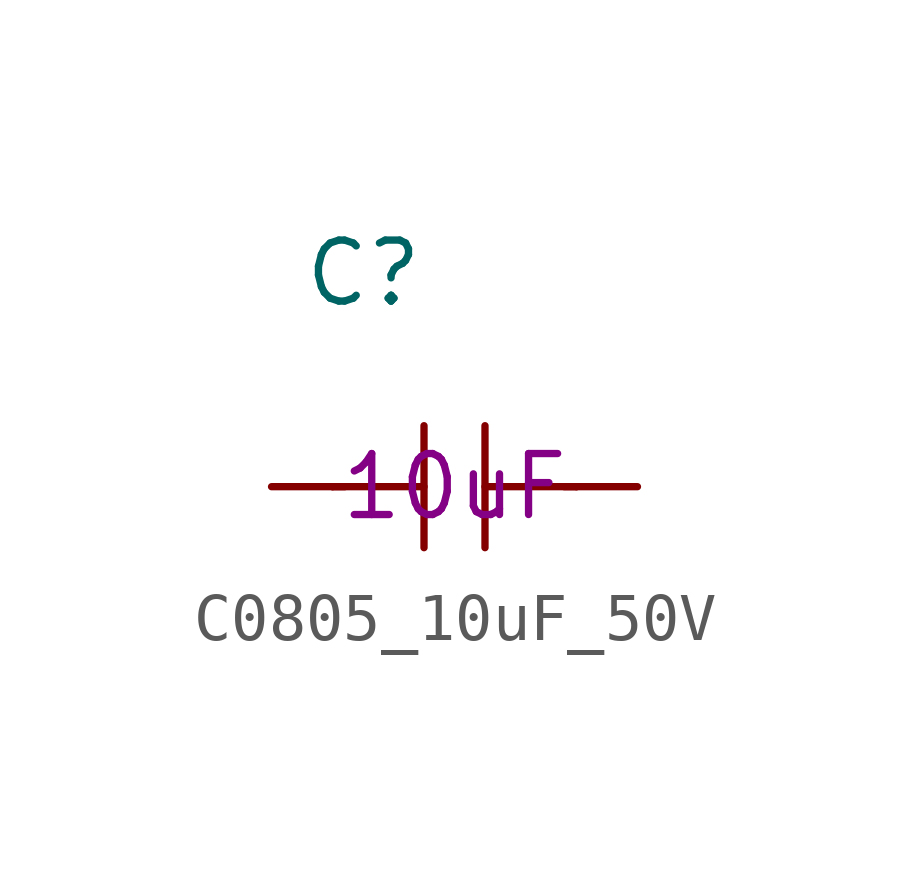
<source format=kicad_sym>
(kicad_symbol_lib
  (version 20211014)
  (generator kicad_symbol_editor)
  (symbol "C0805_10uF_50V"
    (pin_numbers hide)
    (pin_names
      (offset 1.016))
    (property "Reference" "C"
      (at -3.175 4.445 0)
      (effects (font (size 1.27 1.27)) (justify left)))
    (property "Symbol" "10uF"
      (at 0 0 0)
      (effects (font (size 1.27 1.27))))
    (symbol "C0805_10uF_50V_1_1"
      (polyline (pts (xy -2.54 0) (xy -0.635 0)) (stroke (width 0) (type default) (color 0 0 0 0)) (fill (type none)))
      (polyline (pts (xy -2.286 0) (xy -2.54 0)) (stroke (width 0) (type default) (color 0 0 0 0)) (fill (type none)))
      (polyline (pts (xy -0.635 1.27) (xy -0.635 -1.27)) (stroke (width 0) (type default) (color 0 0 0 0)) (fill (type none)))
      (polyline (pts (xy 0.635 0) (xy 2.54 0)) (stroke (width 0) (type default) (color 0 0 0 0)) (fill (type none)))
      (polyline (pts (xy 0.635 1.27) (xy 0.635 -1.27)) (stroke (width 0) (type default) (color 0 0 0 0)) (fill (type none)))
      (polyline (pts (xy 2.286 0) (xy 2.54 0)) (stroke (width 0) (type default) (color 0 0 0 0)) (fill (type none)))
      (pin passive line (at -3.81 0 0) (length 1.27) (name "~" (effects (font (size 1.27 1.27)))) (number "1" (effects (font (size 1.27 1.27)))))
      (pin passive line (at 3.81 0 180) (length 1.27) (name "~" (effects (font (size 1.27 1.27)))) (number "2" (effects (font (size 1.27 1.27))))))))
</source>
